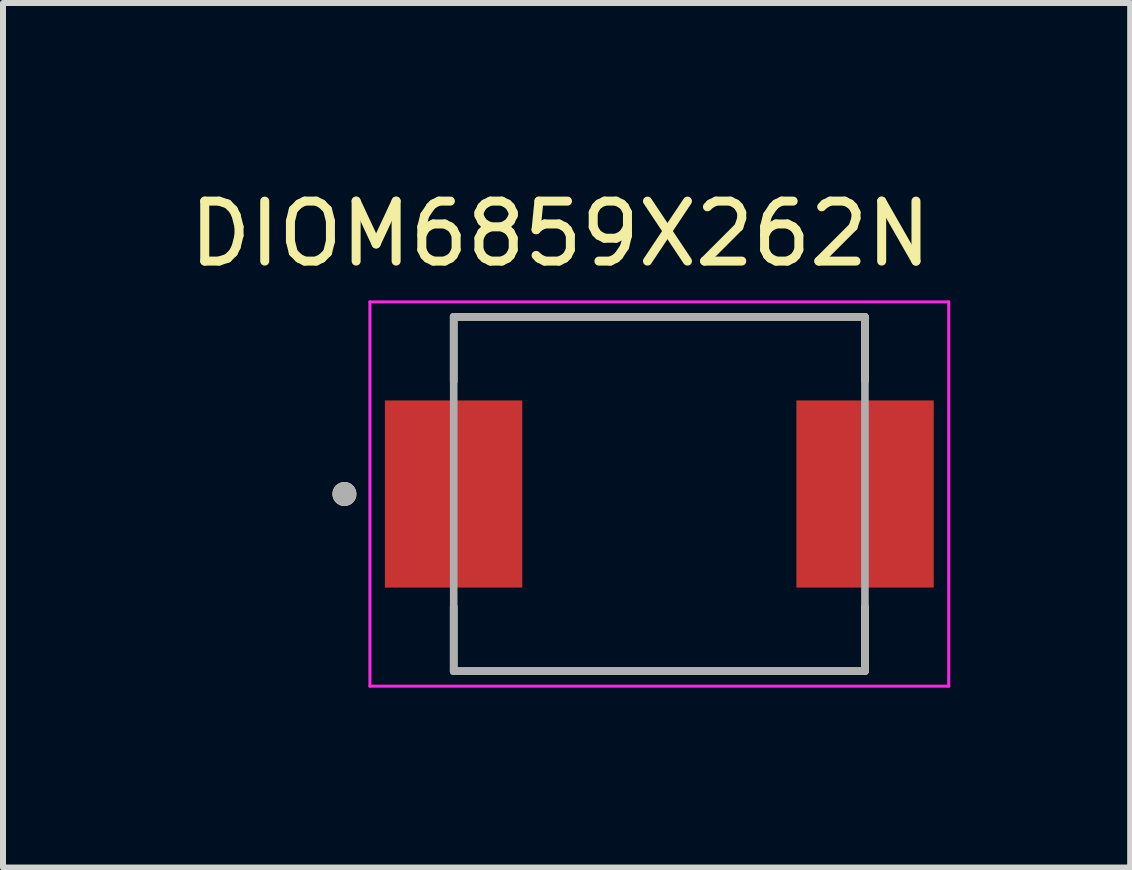
<source format=kicad_pcb>
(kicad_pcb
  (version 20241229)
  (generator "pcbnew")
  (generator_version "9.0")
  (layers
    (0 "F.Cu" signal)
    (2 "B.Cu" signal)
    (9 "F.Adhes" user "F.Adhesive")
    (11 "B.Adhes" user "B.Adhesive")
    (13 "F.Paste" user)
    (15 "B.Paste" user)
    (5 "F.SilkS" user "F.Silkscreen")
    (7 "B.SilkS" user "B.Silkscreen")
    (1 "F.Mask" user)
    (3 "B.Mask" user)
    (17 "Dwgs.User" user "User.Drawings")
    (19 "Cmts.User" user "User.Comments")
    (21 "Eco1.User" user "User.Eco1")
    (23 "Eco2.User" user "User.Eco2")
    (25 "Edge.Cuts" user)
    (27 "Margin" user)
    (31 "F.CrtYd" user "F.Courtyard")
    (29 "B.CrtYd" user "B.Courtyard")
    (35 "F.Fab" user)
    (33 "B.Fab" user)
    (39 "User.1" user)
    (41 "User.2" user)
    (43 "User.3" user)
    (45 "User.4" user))
  (footprint "DIOM6859X262N"
    (layer "F.Cu")
    (at 7.942 5.186)
    (property "Reference" "DIOM6859X262N" (at -1.65 -4.338 0) (layer "F.SilkS") (effects (font (size 1 1) (thickness 0.15))))
    (attr through_hole)
    (fp_line (start -3.428 -2.953) (end -3.428 -1.88) (stroke (width 0.127) (type solid)) (layer "F.SilkS"))
    (fp_line (start -3.428 2.953) (end -3.428 1.88) (stroke (width 0.127) (type solid)) (layer "F.SilkS"))
    (fp_line (start -3.428 2.953) (end 3.428 2.953) (stroke (width 0.127) (type solid)) (layer "F.SilkS"))
    (fp_line (start 3.428 -2.953) (end -3.428 -2.953) (stroke (width 0.127) (type solid)) (layer "F.SilkS"))
    (fp_line (start 3.428 -1.88) (end 3.428 -2.953) (stroke (width 0.127) (type solid)) (layer "F.SilkS"))
    (fp_line (start 3.428 2.953) (end 3.428 1.88) (stroke (width 0.127) (type solid)) (layer "F.SilkS"))
    (fp_circle (center -5.25 0) (end -5.15 0) (stroke (width 0.2) (type solid)) (fill no) (layer "F.SilkS"))
    (fp_line (start -4.825 -3.203) (end -4.825 3.203) (stroke (width 0.05) (type solid)) (layer "F.CrtYd"))
    (fp_line (start -4.825 3.203) (end 4.825 3.203) (stroke (width 0.05) (type solid)) (layer "F.CrtYd"))
    (fp_line (start 4.825 -3.203) (end -4.825 -3.203) (stroke (width 0.05) (type solid)) (layer "F.CrtYd"))
    (fp_line (start 4.825 3.203) (end 4.825 -3.203) (stroke (width 0.05) (type solid)) (layer "F.CrtYd"))
    (fp_line (start -3.428 -2.953) (end -3.428 2.953) (stroke (width 0.127) (type solid)) (layer "F.Fab"))
    (fp_line (start -3.428 2.953) (end 3.428 2.953) (stroke (width 0.127) (type solid)) (layer "F.Fab"))
    (fp_line (start 3.428 -2.953) (end -3.428 -2.953) (stroke (width 0.127) (type solid)) (layer "F.Fab"))
    (fp_line (start 3.428 2.953) (end 3.428 -2.953) (stroke (width 0.127) (type solid)) (layer "F.Fab"))
    (fp_circle (center -5.25 0) (end -5.15 0) (stroke (width 0.2) (type solid)) (fill no) (layer "F.Fab"))
    (pad "A" smd rect (at 3.43 0) (size 2.29 3.12) (layers "F.Cu" "F.Mask" "F.Paste"))
    (pad "C" smd rect (at -3.43 0) (size 2.29 3.12) (layers "F.Cu" "F.Mask" "F.Paste")))
  (gr_rect
    (start -3 -3)
    (end 15.792 11.413)
    (stroke (width 0.1) (type default))
    (fill no)
    (layer "Edge.Cuts")))
</source>
